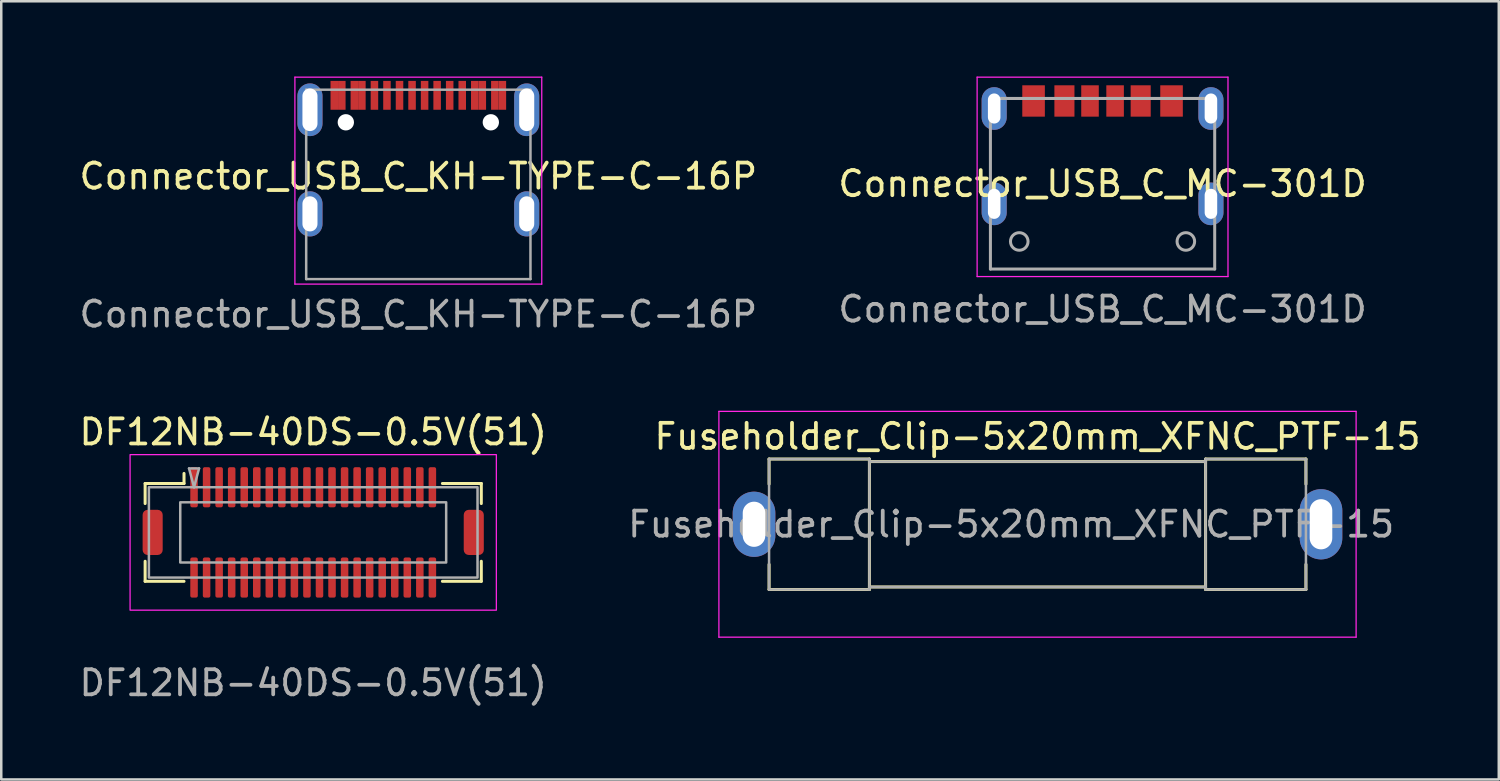
<source format=kicad_pcb>
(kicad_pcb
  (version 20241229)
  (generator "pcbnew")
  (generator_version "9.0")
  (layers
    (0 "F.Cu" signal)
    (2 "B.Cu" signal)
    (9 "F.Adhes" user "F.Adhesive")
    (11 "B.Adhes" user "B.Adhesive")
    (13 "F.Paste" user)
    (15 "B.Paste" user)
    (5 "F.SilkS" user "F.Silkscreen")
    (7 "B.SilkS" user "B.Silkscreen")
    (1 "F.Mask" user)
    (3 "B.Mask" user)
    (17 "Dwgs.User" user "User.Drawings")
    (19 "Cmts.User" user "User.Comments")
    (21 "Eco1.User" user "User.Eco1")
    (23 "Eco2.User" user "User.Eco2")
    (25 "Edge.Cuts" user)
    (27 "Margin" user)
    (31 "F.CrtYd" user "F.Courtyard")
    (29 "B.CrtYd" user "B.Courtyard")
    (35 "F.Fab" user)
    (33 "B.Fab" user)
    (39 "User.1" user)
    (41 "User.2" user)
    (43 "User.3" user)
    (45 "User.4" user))
  (footprint "DF12NB-40DS-0.5V(51)"
    (layer "F.Cu")
    (at 9.435 18.172)
    (property "Reference" "DF12NB-40DS-0.5V(51)" (at 0 -4 0) (unlocked yes) (layer "F.SilkS") (effects (font (size 1 1) (thickness 0.15))))
    (attr smd)
    (fp_line (start -6.7 -1.95) (end -5.15 -1.95) (stroke (width 0.12) (type solid)) (layer "F.SilkS"))
    (fp_line (start -6.7 -1.15) (end -6.7 -1.95) (stroke (width 0.12) (type solid)) (layer "F.SilkS"))
    (fp_line (start -6.7 1.15) (end -6.7 1.95) (stroke (width 0.12) (type solid)) (layer "F.SilkS"))
    (fp_line (start -6.7 1.95) (end -5.15 1.95) (stroke (width 0.12) (type solid)) (layer "F.SilkS"))
    (fp_line (start -5.15 -1.95) (end -5.15 -2.35) (stroke (width 0.12) (type solid)) (layer "F.SilkS"))
    (fp_line (start 6.7 -1.95) (end 5.15 -1.95) (stroke (width 0.12) (type solid)) (layer "F.SilkS"))
    (fp_line (start 6.7 -1.15) (end 6.7 -1.95) (stroke (width 0.12) (type solid)) (layer "F.SilkS"))
    (fp_line (start 6.7 1.15) (end 6.7 1.95) (stroke (width 0.12) (type solid)) (layer "F.SilkS"))
    (fp_line (start 6.7 1.95) (end 5.15 1.95) (stroke (width 0.12) (type solid)) (layer "F.SilkS"))
    (fp_rect (start 7.3 -3.1) (end -7.3 3.1) (stroke (width 0.05) (type solid)) (fill no) (layer "F.CrtYd"))
    (fp_line (start -4.95 -2.55) (end -4.75 -1.8) (stroke (width 0.1) (type solid)) (layer "F.Fab"))
    (fp_line (start -4.75 -1.8) (end -4.55 -2.55) (stroke (width 0.1) (type solid)) (layer "F.Fab"))
    (fp_line (start -4.55 -2.55) (end -4.95 -2.55) (stroke (width 0.1) (type solid)) (layer "F.Fab"))
    (fp_rect (start -6.55 -1.8) (end 6.55 1.8) (stroke (width 0.1) (type solid)) (fill no) (layer "F.Fab"))
    (fp_rect (start -5.3 -1.2) (end 5.3 1.2) (stroke (width 0.1) (type solid)) (fill no) (layer "F.Fab"))
    (fp_text user "${REFERENCE}" (at 0 6 0) (unlocked yes) (layer "F.Fab") (effects (font (size 1 1) (thickness 0.15))))
    (pad "" smd roundrect (at -6.4 0) (size 0.8 1.8) (layers "F.Cu" "F.Mask" "F.Paste") (roundrect_rratio 0.25))
    (pad "" smd roundrect (at 6.4 0) (size 0.8 1.8) (layers "F.Cu" "F.Mask" "F.Paste") (roundrect_rratio 0.25))
    (pad "1" smd roundrect (at -4.75 -1.8) (size 0.3 1.6) (layers "F.Cu" "F.Mask" "F.Paste") (roundrect_rratio 0.25))
    (pad "2" smd roundrect (at -4.25 -1.8) (size 0.3 1.6) (layers "F.Cu" "F.Mask" "F.Paste") (roundrect_rratio 0.25))
    (pad "3" smd roundrect (at -3.75 -1.8) (size 0.3 1.6) (layers "F.Cu" "F.Mask" "F.Paste") (roundrect_rratio 0.25))
    (pad "4" smd roundrect (at -3.25 -1.8) (size 0.3 1.6) (layers "F.Cu" "F.Mask" "F.Paste") (roundrect_rratio 0.25))
    (pad "5" smd roundrect (at -2.75 -1.8) (size 0.3 1.6) (layers "F.Cu" "F.Mask" "F.Paste") (roundrect_rratio 0.25))
    (pad "6" smd roundrect (at -2.25 -1.8) (size 0.3 1.6) (layers "F.Cu" "F.Mask" "F.Paste") (roundrect_rratio 0.25))
    (pad "7" smd roundrect (at -1.75 -1.8) (size 0.3 1.6) (layers "F.Cu" "F.Mask" "F.Paste") (roundrect_rratio 0.25))
    (pad "8" smd roundrect (at -1.25 -1.8) (size 0.3 1.6) (layers "F.Cu" "F.Mask" "F.Paste") (roundrect_rratio 0.25))
    (pad "9" smd roundrect (at -0.75 -1.8) (size 0.3 1.6) (layers "F.Cu" "F.Mask" "F.Paste") (roundrect_rratio 0.25))
    (pad "10" smd roundrect (at -0.25 -1.8) (size 0.3 1.6) (layers "F.Cu" "F.Mask" "F.Paste") (roundrect_rratio 0.25))
    (pad "11" smd roundrect (at 0.25 -1.8) (size 0.3 1.6) (layers "F.Cu" "F.Mask" "F.Paste") (roundrect_rratio 0.25))
    (pad "12" smd roundrect (at 0.75 -1.8) (size 0.3 1.6) (layers "F.Cu" "F.Mask" "F.Paste") (roundrect_rratio 0.25))
    (pad "13" smd roundrect (at 1.25 -1.8) (size 0.3 1.6) (layers "F.Cu" "F.Mask" "F.Paste") (roundrect_rratio 0.25))
    (pad "14" smd roundrect (at 1.75 -1.8) (size 0.3 1.6) (layers "F.Cu" "F.Mask" "F.Paste") (roundrect_rratio 0.25))
    (pad "15" smd roundrect (at 2.25 -1.8) (size 0.3 1.6) (layers "F.Cu" "F.Mask" "F.Paste") (roundrect_rratio 0.25))
    (pad "16" smd roundrect (at 2.75 -1.8) (size 0.3 1.6) (layers "F.Cu" "F.Mask" "F.Paste") (roundrect_rratio 0.25))
    (pad "17" smd roundrect (at 3.25 -1.8) (size 0.3 1.6) (layers "F.Cu" "F.Mask" "F.Paste") (roundrect_rratio 0.25))
    (pad "18" smd roundrect (at 3.75 -1.8) (size 0.3 1.6) (layers "F.Cu" "F.Mask" "F.Paste") (roundrect_rratio 0.25))
    (pad "19" smd roundrect (at 4.25 -1.8) (size 0.3 1.6) (layers "F.Cu" "F.Mask" "F.Paste") (roundrect_rratio 0.25))
    (pad "20" smd roundrect (at 4.75 -1.8) (size 0.3 1.6) (layers "F.Cu" "F.Mask" "F.Paste") (roundrect_rratio 0.25))
    (pad "21" smd roundrect (at -4.75 1.8) (size 0.3 1.6) (layers "F.Cu" "F.Mask" "F.Paste") (roundrect_rratio 0.25))
    (pad "22" smd roundrect (at -4.25 1.8) (size 0.3 1.6) (layers "F.Cu" "F.Mask" "F.Paste") (roundrect_rratio 0.25))
    (pad "23" smd roundrect (at -3.75 1.8) (size 0.3 1.6) (layers "F.Cu" "F.Mask" "F.Paste") (roundrect_rratio 0.25))
    (pad "24" smd roundrect (at -3.25 1.8) (size 0.3 1.6) (layers "F.Cu" "F.Mask" "F.Paste") (roundrect_rratio 0.25))
    (pad "25" smd roundrect (at -2.75 1.8) (size 0.3 1.6) (layers "F.Cu" "F.Mask" "F.Paste") (roundrect_rratio 0.25))
    (pad "26" smd roundrect (at -2.25 1.8) (size 0.3 1.6) (layers "F.Cu" "F.Mask" "F.Paste") (roundrect_rratio 0.25))
    (pad "27" smd roundrect (at -1.75 1.8) (size 0.3 1.6) (layers "F.Cu" "F.Mask" "F.Paste") (roundrect_rratio 0.25))
    (pad "28" smd roundrect (at -1.25 1.8) (size 0.3 1.6) (layers "F.Cu" "F.Mask" "F.Paste") (roundrect_rratio 0.25))
    (pad "29" smd roundrect (at -0.75 1.8) (size 0.3 1.6) (layers "F.Cu" "F.Mask" "F.Paste") (roundrect_rratio 0.25))
    (pad "30" smd roundrect (at -0.25 1.8) (size 0.3 1.6) (layers "F.Cu" "F.Mask" "F.Paste") (roundrect_rratio 0.25))
    (pad "31" smd roundrect (at 0.25 1.8) (size 0.3 1.6) (layers "F.Cu" "F.Mask" "F.Paste") (roundrect_rratio 0.25))
    (pad "32" smd roundrect (at 0.75 1.8) (size 0.3 1.6) (layers "F.Cu" "F.Mask" "F.Paste") (roundrect_rratio 0.25))
    (pad "33" smd roundrect (at 1.25 1.8) (size 0.3 1.6) (layers "F.Cu" "F.Mask" "F.Paste") (roundrect_rratio 0.25))
    (pad "34" smd roundrect (at 1.75 1.8) (size 0.3 1.6) (layers "F.Cu" "F.Mask" "F.Paste") (roundrect_rratio 0.25))
    (pad "35" smd roundrect (at 2.25 1.8) (size 0.3 1.6) (layers "F.Cu" "F.Mask" "F.Paste") (roundrect_rratio 0.25))
    (pad "36" smd roundrect (at 2.75 1.8) (size 0.3 1.6) (layers "F.Cu" "F.Mask" "F.Paste") (roundrect_rratio 0.25))
    (pad "37" smd roundrect (at 3.25 1.8) (size 0.3 1.6) (layers "F.Cu" "F.Mask" "F.Paste") (roundrect_rratio 0.25))
    (pad "38" smd roundrect (at 3.75 1.8) (size 0.3 1.6) (layers "F.Cu" "F.Mask" "F.Paste") (roundrect_rratio 0.25))
    (pad "39" smd roundrect (at 4.25 1.8) (size 0.3 1.6) (layers "F.Cu" "F.Mask" "F.Paste") (roundrect_rratio 0.25))
    (pad "40" smd roundrect (at 4.75 1.8) (size 0.3 1.6) (layers "F.Cu" "F.Mask" "F.Paste") (roundrect_rratio 0.25))
    (zone (net_name "") (layers "F.Cu" "F.CrtYd") (hatch edge 0.508) (connect_pads) (min_thickness 0.254) (filled_areas_thickness no) (keepout (tracks allowed) (vias not_allowed) (pads allowed) (copperpour allowed) (footprints allowed)) (placement (enabled no)) (fill) (polygon (pts (xy 15.435 19.172) (xy 3.435 19.172) (xy 3.435 17.172) (xy 15.435 17.172)))))
  (footprint "Connector_USB_C_KH-TYPE-C-16P"
    (layer "F.Cu")
    (at 13.625 5.475)
    (property "Reference" "Connector_USB_C_KH-TYPE-C-16P" (at 0 -1.5 0) (unlocked yes) (layer "F.SilkS") (effects (font (size 1 1) (thickness 0.15))))
    (attr smd)
    (fp_line (start -4.92 -5.45) (end -4.92 2.8) (stroke (width 0.05) (type solid)) (layer "F.CrtYd"))
    (fp_line (start -4.92 -5.45) (end 4.92 -5.45) (stroke (width 0.05) (type solid)) (layer "F.CrtYd"))
    (fp_line (start -4.92 2.8) (end 4.92 2.8) (stroke (width 0.05) (type solid)) (layer "F.CrtYd"))
    (fp_line (start 4.92 -5.45) (end 4.92 2.8) (stroke (width 0.05) (type solid)) (layer "F.CrtYd"))
    (fp_line (start -4.47 -4.95) (end 4.47 -4.95) (stroke (width 0.1) (type solid)) (layer "F.Fab"))
    (fp_line (start -4.47 2.6) (end -4.47 -4.95) (stroke (width 0.1) (type solid)) (layer "F.Fab"))
    (fp_line (start -4.47 2.6) (end 4.47 2.6) (stroke (width 0.1) (type solid)) (layer "F.Fab"))
    (fp_line (start 4.47 2.6) (end 4.47 -4.95) (stroke (width 0.1) (type solid)) (layer "F.Fab"))
    (fp_text user "${REFERENCE}" (at 0 4 0) (unlocked yes) (layer "F.Fab") (effects (font (size 1 1) (thickness 0.15))))
    (pad "" np_thru_hole circle (at -2.89 -3.65) (size 0.65 0.65) (drill 0.65) (layers "*.Cu" "*.Mask"))
    (pad "" np_thru_hole circle (at 2.89 -3.65) (size 0.65 0.65) (drill 0.65) (layers "*.Cu" "*.Mask"))
    (pad "A1" smd rect (at -3.35 -4.725) (size 0.3 1.15) (layers "F.Cu" "F.Mask" "F.Paste"))
    (pad "A4" smd rect (at -2.55 -4.725) (size 0.3 1.15) (layers "F.Cu" "F.Mask" "F.Paste"))
    (pad "A5" smd rect (at -1.25 -4.725) (size 0.3 1.15) (layers "F.Cu" "F.Mask" "F.Paste"))
    (pad "A6" smd rect (at -0.25 -4.725) (size 0.3 1.15) (layers "F.Cu" "F.Mask" "F.Paste"))
    (pad "A7" smd rect (at 0.25 -4.725) (size 0.3 1.15) (layers "F.Cu" "F.Mask" "F.Paste"))
    (pad "A8" smd rect (at 1.25 -4.725) (size 0.3 1.15) (layers "F.Cu" "F.Mask" "F.Paste"))
    (pad "A9" smd rect (at 2.55 -4.725) (size 0.3 1.15) (layers "F.Cu" "F.Mask" "F.Paste"))
    (pad "A12" smd rect (at 3.35 -4.725) (size 0.3 1.15) (layers "F.Cu" "F.Mask" "F.Paste"))
    (pad "B1" smd rect (at 3.05 -4.725) (size 0.3 1.15) (layers "F.Cu" "F.Mask" "F.Paste"))
    (pad "B4" smd rect (at 2.25 -4.725) (size 0.3 1.15) (layers "F.Cu" "F.Mask" "F.Paste"))
    (pad "B5" smd rect (at 1.75 -4.725) (size 0.3 1.15) (layers "F.Cu" "F.Mask" "F.Paste"))
    (pad "B6" smd rect (at 0.75 -4.725) (size 0.3 1.15) (layers "F.Cu" "F.Mask" "F.Paste"))
    (pad "B7" smd rect (at -0.75 -4.725) (size 0.3 1.15) (layers "F.Cu" "F.Mask" "F.Paste"))
    (pad "B8" smd rect (at -1.75 -4.725) (size 0.3 1.15) (layers "F.Cu" "F.Mask" "F.Paste"))
    (pad "B9" smd rect (at -2.25 -4.725) (size 0.3 1.15) (layers "F.Cu" "F.Mask" "F.Paste"))
    (pad "B12" smd rect (at -3.05 -4.725) (size 0.3 1.15) (layers "F.Cu" "F.Mask" "F.Paste"))
    (pad "S1" thru_hole oval (at -4.32 -4.15) (size 1 2.1) (drill oval 0.6 1.7) (layers "*.Cu" "*.Mask"))
    (pad "S1" thru_hole oval (at -4.32 0) (size 1 1.8) (drill oval 0.6 1.4) (layers "*.Cu" "*.Mask"))
    (pad "S1" thru_hole oval (at 4.32 -4.15) (size 1 2.1) (drill oval 0.6 1.7) (layers "*.Cu" "*.Mask"))
    (pad "S1" thru_hole oval (at 4.32 0) (size 1 1.8) (drill oval 0.6 1.4) (layers "*.Cu" "*.Mask")))
  (footprint "Fuseholder_Clip-5x20mm_XFNC_PTF-15"
    (layer "F.Cu")
    (at 27.006 17.848)
    (property "Reference" "Fuseholder_Clip-5x20mm_XFNC_PTF-15" (at 11.3 -3.5 0) (layer "F.SilkS") (effects (font (size 1 1) (thickness 0.15))))
    (attr through_hole)
    (fp_line (start 0.6 -2.6) (end 0.6 -1.6) (stroke (width 0.12) (type solid)) (layer "F.SilkS"))
    (fp_line (start 0.6 2.6) (end 0.6 1.6) (stroke (width 0.12) (type solid)) (layer "F.SilkS"))
    (fp_line (start 4.6 -2.6) (end 0.6 -2.6) (stroke (width 0.12) (type solid)) (layer "F.SilkS"))
    (fp_line (start 4.6 -2.6) (end 4.6 2.6) (stroke (width 0.12) (type solid)) (layer "F.SilkS"))
    (fp_line (start 4.6 2.6) (end 0.6 2.6) (stroke (width 0.12) (type solid)) (layer "F.SilkS"))
    (fp_line (start 18 -2.5) (end 4.6 -2.5) (stroke (width 0.12) (type solid)) (layer "F.SilkS"))
    (fp_line (start 18 2.5) (end 4.6 2.5) (stroke (width 0.12) (type solid)) (layer "F.SilkS"))
    (fp_line (start 18 2.6) (end 18 -2.6) (stroke (width 0.12) (type solid)) (layer "F.SilkS"))
    (fp_line (start 18 2.6) (end 22 2.6) (stroke (width 0.12) (type solid)) (layer "F.SilkS"))
    (fp_line (start 22 -2.6) (end 18 -2.6) (stroke (width 0.12) (type solid)) (layer "F.SilkS"))
    (fp_line (start 22 -1.6) (end 22 -2.6) (stroke (width 0.12) (type solid)) (layer "F.SilkS"))
    (fp_line (start 22 1.6) (end 22 2.6) (stroke (width 0.12) (type solid)) (layer "F.SilkS"))
    (fp_line (start -1.4 -4.5) (end -1.4 4.5) (stroke (width 0.05) (type solid)) (layer "F.CrtYd"))
    (fp_line (start -1.4 -4.5) (end 24 -4.5) (stroke (width 0.05) (type solid)) (layer "F.CrtYd"))
    (fp_line (start 24 4.5) (end -1.4 4.5) (stroke (width 0.05) (type solid)) (layer "F.CrtYd"))
    (fp_line (start 24 4.5) (end 24 -4.5) (stroke (width 0.05) (type solid)) (layer "F.CrtYd"))
    (fp_line (start 0.6 -2.6) (end 4.6 -2.6) (stroke (width 0.1) (type solid)) (layer "F.Fab"))
    (fp_line (start 0.6 2.6) (end 0.6 -2.6) (stroke (width 0.1) (type solid)) (layer "F.Fab"))
    (fp_line (start 4.6 -2.6) (end 4.6 2.6) (stroke (width 0.1) (type solid)) (layer "F.Fab"))
    (fp_line (start 4.6 -2.5) (end 18 -2.5) (stroke (width 0.1) (type solid)) (layer "F.Fab"))
    (fp_line (start 4.6 2.6) (end 0.6 2.6) (stroke (width 0.1) (type solid)) (layer "F.Fab"))
    (fp_line (start 18 -2.6) (end 18 2.6) (stroke (width 0.1) (type solid)) (layer "F.Fab"))
    (fp_line (start 18 2.5) (end 4.6 2.5) (stroke (width 0.1) (type solid)) (layer "F.Fab"))
    (fp_line (start 18 2.6) (end 22 2.6) (stroke (width 0.1) (type solid)) (layer "F.Fab"))
    (fp_line (start 22 -2.6) (end 18 -2.6) (stroke (width 0.1) (type solid)) (layer "F.Fab"))
    (fp_line (start 22 2.6) (end 22 -2.6) (stroke (width 0.1) (type solid)) (layer "F.Fab"))
    (fp_text user "${REFERENCE}" (at 10.25 0 0) (layer "F.Fab") (effects (font (size 1 1) (thickness 0.15))))
    (pad "1" thru_hole oval (at 0 0) (size 1.7 2.6) (drill oval 0.9 1.8) (layers "*.Cu" "*.Mask"))
    (pad "2" thru_hole oval (at 22.6 0) (size 1.7 2.8) (drill oval 0.9 2) (layers "*.Cu" "*.Mask")))
  (footprint "Connector_USB_C_MC-301D"
    (layer "F.Cu")
    (at 40.899 4.275)
    (property "Reference" "Connector_USB_C_MC-301D" (at 0 0 0) (unlocked yes) (layer "F.SilkS") (effects (font (size 1 1) (thickness 0.15))))
    (attr smd)
    (fp_line (start -5 -4.25) (end -5 3.7) (stroke (width 0.05) (type solid)) (layer "F.CrtYd"))
    (fp_line (start 5 -4.25) (end -5 -4.25) (stroke (width 0.05) (type solid)) (layer "F.CrtYd"))
    (fp_line (start 5 -4.25) (end 5 3.7) (stroke (width 0.05) (type solid)) (layer "F.CrtYd"))
    (fp_line (start 5 3.7) (end -5 3.7) (stroke (width 0.05) (type solid)) (layer "F.CrtYd"))
    (fp_line (start -4.47 -3.4) (end -4.47 3.4) (stroke (width 0.12) (type solid)) (layer "F.Fab"))
    (fp_line (start -4.47 -3.4) (end 4.47 -3.4) (stroke (width 0.12) (type solid)) (layer "F.Fab"))
    (fp_line (start -4.47 3.4) (end 4.47 3.4) (stroke (width 0.12) (type solid)) (layer "F.Fab"))
    (fp_line (start 4.47 -3.4) (end 4.47 3.4) (stroke (width 0.12) (type solid)) (layer "F.Fab"))
    (fp_circle (center -3.32 2.3) (end -2.97 2.3) (stroke (width 0.12) (type solid)) (fill no) (layer "F.Fab"))
    (fp_circle (center 3.32 2.3) (end 3.67 2.3) (stroke (width 0.12) (type solid)) (fill no) (layer "F.Fab"))
    (fp_text user "${REFERENCE}" (at 0 5 0) (unlocked yes) (layer "F.Fab") (effects (font (size 1 1) (thickness 0.15))))
    (pad "A5" smd rect (at -0.5 -3.3) (size 0.7 1.25) (layers "F.Cu" "F.Mask" "F.Paste"))
    (pad "A9" smd rect (at 1.52 -3.3) (size 0.8 1.25) (layers "F.Cu" "F.Mask" "F.Paste"))
    (pad "A12" smd rect (at 2.75 -3.3) (size 0.9 1.25) (layers "F.Cu" "F.Mask" "F.Paste"))
    (pad "B5" smd rect (at 0.5 -3.3) (size 0.7 1.25) (layers "F.Cu" "F.Mask" "F.Paste"))
    (pad "B9" smd rect (at -1.52 -3.3) (size 0.8 1.25) (layers "F.Cu" "F.Mask" "F.Paste"))
    (pad "B12" smd rect (at -2.75 -3.3) (size 0.9 1.25) (layers "F.Cu" "F.Mask" "F.Paste"))
    (pad "S1" thru_hole oval (at -4.32 -3) (size 1 1.7) (drill oval 0.5 1.2) (layers "*.Cu" "*.Mask"))
    (pad "S1" thru_hole oval (at -4.32 0.8) (size 1 1.7) (drill oval 0.5 1.2) (layers "*.Cu" "*.Mask"))
    (pad "S1" thru_hole oval (at 4.32 -3) (size 1 1.7) (drill oval 0.5 1.2) (layers "*.Cu" "*.Mask"))
    (pad "S1" thru_hole oval (at 4.32 0.8) (size 1 1.7) (drill oval 0.5 1.2) (layers "*.Cu" "*.Mask")))
  (gr_rect
    (start -3 -3)
    (end 56.693 28.02)
    (stroke (width 0.1) (type default))
    (fill no)
    (layer "Edge.Cuts")))
</source>
